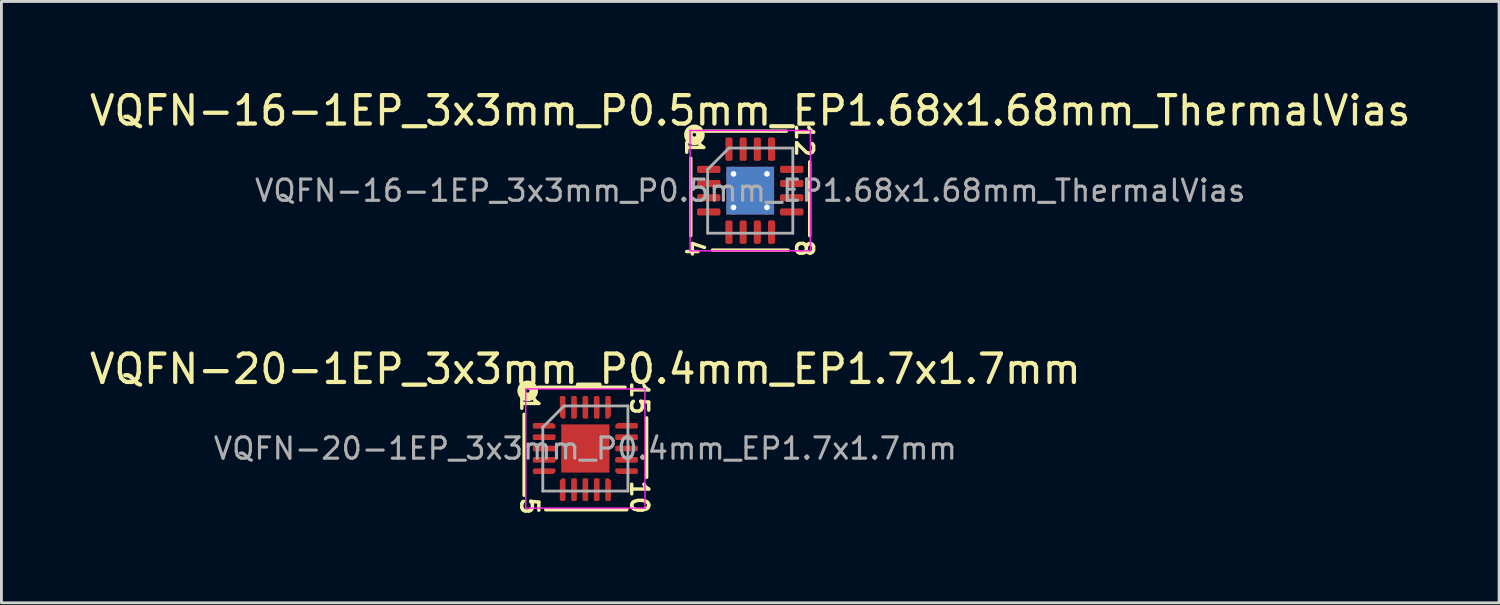
<source format=kicad_pcb>
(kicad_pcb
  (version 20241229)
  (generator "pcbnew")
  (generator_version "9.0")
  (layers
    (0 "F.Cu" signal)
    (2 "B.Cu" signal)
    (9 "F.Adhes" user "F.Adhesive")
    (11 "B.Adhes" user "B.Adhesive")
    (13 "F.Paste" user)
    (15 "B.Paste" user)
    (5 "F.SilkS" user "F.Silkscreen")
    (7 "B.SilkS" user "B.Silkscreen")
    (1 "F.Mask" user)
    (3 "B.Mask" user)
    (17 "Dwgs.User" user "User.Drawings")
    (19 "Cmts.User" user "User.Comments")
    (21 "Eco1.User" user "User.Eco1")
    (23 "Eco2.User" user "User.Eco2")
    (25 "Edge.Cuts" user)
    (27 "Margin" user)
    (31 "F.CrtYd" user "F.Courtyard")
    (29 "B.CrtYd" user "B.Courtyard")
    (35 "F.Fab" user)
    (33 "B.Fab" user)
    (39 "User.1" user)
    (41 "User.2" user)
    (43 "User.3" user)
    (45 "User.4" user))
  (footprint "VQFN-20-1EP_3x3mm_P0.4mm_EP1.7x1.7mm"
    (layer "F.Cu")
    (at 17.577 12.754)
    (property "Reference" "VQFN-20-1EP_3x3mm_P0.4mm_EP1.7x1.7mm" (at 0 -2.8 0) (layer "F.SilkS") (effects (font (size 1 1) (thickness 0.15))))
    (attr smd)
    (fp_line (start -2.159 -1.206) (end -2.159 1.651) (stroke (width 0.12) (type solid)) (layer "F.SilkS"))
    (fp_line (start -1.397 2.159) (end 1.46 2.159) (stroke (width 0.12) (type solid)) (layer "F.SilkS"))
    (fp_line (start 1.397 -2.159) (end -1.651 -2.159) (stroke (width 0.12) (type solid)) (layer "F.SilkS"))
    (fp_line (start 2.159 1.016) (end 2.159 -1.079) (stroke (width 0.12) (type solid)) (layer "F.SilkS"))
    (fp_circle (center -2.032 -2.032) (end -1.968 -2.032) (stroke (width 0.3) (type solid)) (fill no) (layer "F.SilkS"))
    (fp_line (start -2.1 -2.1) (end -2.1 2.1) (stroke (width 0.05) (type solid)) (layer "F.CrtYd"))
    (fp_line (start -2.1 2.1) (end 2.1 2.1) (stroke (width 0.05) (type solid)) (layer "F.CrtYd"))
    (fp_line (start 2.1 -2.1) (end -2.1 -2.1) (stroke (width 0.05) (type solid)) (layer "F.CrtYd"))
    (fp_line (start 2.1 2.1) (end 2.1 -2.1) (stroke (width 0.05) (type solid)) (layer "F.CrtYd"))
    (fp_line (start -1.5 -0.75) (end -0.75 -1.5) (stroke (width 0.1) (type solid)) (layer "F.Fab"))
    (fp_line (start -1.5 1.5) (end -1.5 -0.75) (stroke (width 0.1) (type solid)) (layer "F.Fab"))
    (fp_line (start -0.75 -1.5) (end 1.5 -1.5) (stroke (width 0.1) (type solid)) (layer "F.Fab"))
    (fp_line (start 1.5 -1.5) (end 1.5 1.5) (stroke (width 0.1) (type solid)) (layer "F.Fab"))
    (fp_line (start 1.5 1.5) (end -1.5 1.5) (stroke (width 0.1) (type solid)) (layer "F.Fab"))
    (fp_text user "1" (at -1.968 -1.587 270) (unlocked yes) (layer "F.SilkS") (effects (font (size 0.6 0.6) (thickness 0.12))))
    (fp_text user "5" (at -1.968 2.032 270) (unlocked yes) (layer "F.SilkS") (effects (font (size 0.6 0.6) (thickness 0.12))))
    (fp_text user "15" (at 1.905 -1.778 270) (unlocked yes) (layer "F.SilkS") (effects (font (size 0.6 0.6) (thickness 0.12))))
    (fp_text user "10" (at 1.905 1.714 270) (unlocked yes) (layer "F.SilkS") (effects (font (size 0.6 0.6) (thickness 0.12))))
    (fp_text user "${REFERENCE}" (at 0 0 0) (layer "F.Fab") (effects (font (size 0.75 0.75) (thickness 0.11))))
    (pad "" smd roundrect (at -0.425 -0.425) (size 0.69 0.69) (layers "F.Paste") (roundrect_rratio 0.25))
    (pad "" smd roundrect (at -0.425 0.425) (size 0.69 0.69) (layers "F.Paste") (roundrect_rratio 0.25))
    (pad "" smd roundrect (at 0.425 -0.425) (size 0.69 0.69) (layers "F.Paste") (roundrect_rratio 0.25))
    (pad "" smd roundrect (at 0.425 0.425) (size 0.69 0.69) (layers "F.Paste") (roundrect_rratio 0.25))
    (pad "1" smd custom (at -1.45 -0.8) (size 0.143 0.143) (layers "F.Cu" "F.Mask" "F.Paste") (options (anchor circle)) (primitives (gr_poly (pts (xy 0.35 0.001) (xy 0.35 0.05) (xy -0.35 0.05) (xy -0.35 -0.05) (xy 0.299 -0.05)) (width 0.1) (fill yes))))
    (pad "2" smd roundrect (at -1.45 -0.4) (size 0.8 0.2) (layers "F.Cu" "F.Mask" "F.Paste") (roundrect_rratio 0.25))
    (pad "3" smd roundrect (at -1.45 0) (size 0.8 0.2) (layers "F.Cu" "F.Mask" "F.Paste") (roundrect_rratio 0.25))
    (pad "4" smd roundrect (at -1.45 0.4) (size 0.8 0.2) (layers "F.Cu" "F.Mask" "F.Paste") (roundrect_rratio 0.25))
    (pad "5" smd custom (at -1.45 0.8) (size 0.143 0.143) (layers "F.Cu" "F.Mask" "F.Paste") (options (anchor circle)) (primitives (gr_poly (pts (xy 0.35 -0.001) (xy 0.299 0.05) (xy -0.35 0.05) (xy -0.35 -0.05) (xy 0.35 -0.05)) (width 0.1) (fill yes))))
    (pad "6" smd custom (at -0.8 1.45) (size 0.143 0.143) (layers "F.Cu" "F.Mask" "F.Paste") (options (anchor circle)) (primitives (gr_poly (pts (xy 0.05 0.35) (xy -0.05 0.35) (xy -0.05 -0.299) (xy 0.001 -0.35) (xy 0.05 -0.35)) (width 0.1) (fill yes))))
    (pad "7" smd roundrect (at -0.4 1.45) (size 0.2 0.8) (layers "F.Cu" "F.Mask" "F.Paste") (roundrect_rratio 0.25))
    (pad "8" smd roundrect (at 0 1.45) (size 0.2 0.8) (layers "F.Cu" "F.Mask" "F.Paste") (roundrect_rratio 0.25))
    (pad "9" smd roundrect (at 0.4 1.45) (size 0.2 0.8) (layers "F.Cu" "F.Mask" "F.Paste") (roundrect_rratio 0.25))
    (pad "10" smd custom (at 0.8 1.45) (size 0.143 0.143) (layers "F.Cu" "F.Mask" "F.Paste") (options (anchor circle)) (primitives (gr_poly (pts (xy 0.05 -0.299) (xy 0.05 0.35) (xy -0.05 0.35) (xy -0.05 -0.35) (xy -0.001 -0.35)) (width 0.1) (fill yes))))
    (pad "11" smd custom (at 1.45 0.8) (size 0.143 0.143) (layers "F.Cu" "F.Mask" "F.Paste") (options (anchor circle)) (primitives (gr_poly (pts (xy 0.35 0.05) (xy -0.299 0.05) (xy -0.35 -0.001) (xy -0.35 -0.05) (xy 0.35 -0.05)) (width 0.1) (fill yes))))
    (pad "12" smd roundrect (at 1.45 0.4) (size 0.8 0.2) (layers "F.Cu" "F.Mask" "F.Paste") (roundrect_rratio 0.25))
    (pad "13" smd roundrect (at 1.45 0) (size 0.8 0.2) (layers "F.Cu" "F.Mask" "F.Paste") (roundrect_rratio 0.25))
    (pad "14" smd roundrect (at 1.45 -0.4) (size 0.8 0.2) (layers "F.Cu" "F.Mask" "F.Paste") (roundrect_rratio 0.25))
    (pad "15" smd custom (at 1.45 -0.8) (size 0.143 0.143) (layers "F.Cu" "F.Mask" "F.Paste") (options (anchor circle)) (primitives (gr_poly (pts (xy 0.35 0.05) (xy -0.35 0.05) (xy -0.35 0.001) (xy -0.299 -0.05) (xy 0.35 -0.05)) (width 0.1) (fill yes))))
    (pad "16" smd custom (at 0.8 -1.45) (size 0.143 0.143) (layers "F.Cu" "F.Mask" "F.Paste") (options (anchor circle)) (primitives (gr_poly (pts (xy 0.05 0.299) (xy -0.001 0.35) (xy -0.05 0.35) (xy -0.05 -0.35) (xy 0.05 -0.35)) (width 0.1) (fill yes))))
    (pad "17" smd roundrect (at 0.4 -1.45) (size 0.2 0.8) (layers "F.Cu" "F.Mask" "F.Paste") (roundrect_rratio 0.25))
    (pad "18" smd roundrect (at 0 -1.45) (size 0.2 0.8) (layers "F.Cu" "F.Mask" "F.Paste") (roundrect_rratio 0.25))
    (pad "19" smd roundrect (at -0.4 -1.45) (size 0.2 0.8) (layers "F.Cu" "F.Mask" "F.Paste") (roundrect_rratio 0.25))
    (pad "20" smd custom (at -0.8 -1.45) (size 0.143 0.143) (layers "F.Cu" "F.Mask" "F.Paste") (options (anchor circle)) (primitives (gr_poly (pts (xy 0.05 0.35) (xy 0.001 0.35) (xy -0.05 0.299) (xy -0.05 -0.35) (xy 0.05 -0.35)) (width 0.1) (fill yes))))
    (pad "21" smd rect (at 0 0) (size 1.7 1.7) (layers "F.Cu" "F.Mask")))
  (footprint "VQFN-16-1EP_3x3mm_P0.5mm_EP1.68x1.68mm_ThermalVias"
    (layer "F.Cu")
    (at 23.387 3.668)
    (property "Reference" "VQFN-16-1EP_3x3mm_P0.5mm_EP1.68x1.68mm_ThermalVias" (at 0 -2.82 0) (layer "F.SilkS") (effects (font (size 1 1) (thickness 0.15))))
    (attr smd)
    (fp_line (start -2.095 1.587) (end -2.095 -1.143) (stroke (width 0.12) (type solid)) (layer "F.SilkS"))
    (fp_line (start -1.587 -2.095) (end 1.27 -2.095) (stroke (width 0.12) (type solid)) (layer "F.SilkS"))
    (fp_line (start 1.333 2.095) (end -1.333 2.095) (stroke (width 0.12) (type solid)) (layer "F.SilkS"))
    (fp_line (start 2.095 -1.016) (end 2.095 1.587) (stroke (width 0.12) (type solid)) (layer "F.SilkS"))
    (fp_circle (center -1.968 -1.968) (end -1.905 -1.968) (stroke (width 0.3) (type solid)) (fill no) (layer "F.SilkS"))
    (fp_line (start -2.12 -2.12) (end -2.12 2.12) (stroke (width 0.05) (type solid)) (layer "F.CrtYd"))
    (fp_line (start -2.12 2.12) (end 2.12 2.12) (stroke (width 0.05) (type solid)) (layer "F.CrtYd"))
    (fp_line (start 2.12 -2.12) (end -2.12 -2.12) (stroke (width 0.05) (type solid)) (layer "F.CrtYd"))
    (fp_line (start 2.12 2.12) (end 2.12 -2.12) (stroke (width 0.05) (type solid)) (layer "F.CrtYd"))
    (fp_line (start -1.5 -0.75) (end -0.75 -1.5) (stroke (width 0.1) (type solid)) (layer "F.Fab"))
    (fp_line (start -1.5 1.5) (end -1.5 -0.75) (stroke (width 0.1) (type solid)) (layer "F.Fab"))
    (fp_line (start -0.75 -1.5) (end 1.5 -1.5) (stroke (width 0.1) (type solid)) (layer "F.Fab"))
    (fp_line (start 1.5 -1.5) (end 1.5 1.5) (stroke (width 0.1) (type solid)) (layer "F.Fab"))
    (fp_line (start 1.5 1.5) (end -1.5 1.5) (stroke (width 0.1) (type solid)) (layer "F.Fab"))
    (fp_text user "1" (at -1.968 -1.524 270) (unlocked yes) (layer "F.SilkS") (effects (font (size 0.6 0.6) (thickness 0.12))))
    (fp_text user "12" (at 1.905 -1.778 270) (unlocked yes) (layer "F.SilkS") (effects (font (size 0.6 0.6) (thickness 0.12))))
    (fp_text user "8" (at 1.905 2.032 270) (unlocked yes) (layer "F.SilkS") (effects (font (size 0.6 0.6) (thickness 0.12))))
    (fp_text user "4" (at -1.968 2.032 270) (unlocked yes) (layer "F.SilkS") (effects (font (size 0.6 0.6) (thickness 0.12))))
    (fp_text user "${REFERENCE}" (at 0 0 0) (layer "F.Fab") (effects (font (size 0.75 0.75) (thickness 0.11))))
    (pad "" smd roundrect (at -0.42 -0.42) (size 0.73 0.73) (layers "F.Paste") (roundrect_rratio 0.25))
    (pad "" smd roundrect (at -0.42 0.42) (size 0.73 0.73) (layers "F.Paste") (roundrect_rratio 0.25))
    (pad "" smd roundrect (at 0.42 -0.42) (size 0.73 0.73) (layers "F.Paste") (roundrect_rratio 0.25))
    (pad "" smd roundrect (at 0.42 0.42) (size 0.73 0.73) (layers "F.Paste") (roundrect_rratio 0.25))
    (pad "1" smd roundrect (at -1.462 -0.75) (size 0.825 0.25) (layers "F.Cu" "F.Mask" "F.Paste") (roundrect_rratio 0.25))
    (pad "2" smd roundrect (at -1.462 -0.25) (size 0.825 0.25) (layers "F.Cu" "F.Mask" "F.Paste") (roundrect_rratio 0.25))
    (pad "3" smd roundrect (at -1.462 0.25) (size 0.825 0.25) (layers "F.Cu" "F.Mask" "F.Paste") (roundrect_rratio 0.25))
    (pad "4" smd roundrect (at -1.462 0.75) (size 0.825 0.25) (layers "F.Cu" "F.Mask" "F.Paste") (roundrect_rratio 0.25))
    (pad "5" smd roundrect (at -0.75 1.462) (size 0.25 0.825) (layers "F.Cu" "F.Mask" "F.Paste") (roundrect_rratio 0.25))
    (pad "6" smd roundrect (at -0.25 1.462) (size 0.25 0.825) (layers "F.Cu" "F.Mask" "F.Paste") (roundrect_rratio 0.25))
    (pad "7" smd roundrect (at 0.25 1.462) (size 0.25 0.825) (layers "F.Cu" "F.Mask" "F.Paste") (roundrect_rratio 0.25))
    (pad "8" smd roundrect (at 0.75 1.462) (size 0.25 0.825) (layers "F.Cu" "F.Mask" "F.Paste") (roundrect_rratio 0.25))
    (pad "9" smd roundrect (at 1.462 0.75) (size 0.825 0.25) (layers "F.Cu" "F.Mask" "F.Paste") (roundrect_rratio 0.25))
    (pad "10" smd roundrect (at 1.462 0.25) (size 0.825 0.25) (layers "F.Cu" "F.Mask" "F.Paste") (roundrect_rratio 0.25))
    (pad "11" smd roundrect (at 1.462 -0.25) (size 0.825 0.25) (layers "F.Cu" "F.Mask" "F.Paste") (roundrect_rratio 0.25))
    (pad "12" smd roundrect (at 1.462 -0.75) (size 0.825 0.25) (layers "F.Cu" "F.Mask" "F.Paste") (roundrect_rratio 0.25))
    (pad "13" smd roundrect (at 0.75 -1.462) (size 0.25 0.825) (layers "F.Cu" "F.Mask" "F.Paste") (roundrect_rratio 0.25))
    (pad "14" smd roundrect (at 0.25 -1.462) (size 0.25 0.825) (layers "F.Cu" "F.Mask" "F.Paste") (roundrect_rratio 0.25))
    (pad "15" smd roundrect (at -0.25 -1.462) (size 0.25 0.825) (layers "F.Cu" "F.Mask" "F.Paste") (roundrect_rratio 0.25))
    (pad "16" smd roundrect (at -0.75 -1.462) (size 0.25 0.825) (layers "F.Cu" "F.Mask" "F.Paste") (roundrect_rratio 0.25))
    (pad "17" thru_hole circle (at -0.59 -0.59) (size 0.5 0.5) (drill 0.2) (layers "*.Cu"))
    (pad "17" thru_hole circle (at -0.59 0.59) (size 0.5 0.5) (drill 0.2) (layers "*.Cu"))
    (pad "17" smd rect (at 0 0) (size 1.68 1.68) (layers "F.Cu" "F.Mask"))
    (pad "17" smd rect (at 0 0) (size 1.68 1.68) (layers "B.Cu" "B.Mask"))
    (pad "17" thru_hole circle (at 0.59 -0.59) (size 0.5 0.5) (drill 0.2) (layers "*.Cu"))
    (pad "17" thru_hole circle (at 0.59 0.59) (size 0.5 0.5) (drill 0.2) (layers "*.Cu")))
  (gr_rect
    (start -3 -3)
    (end 49.774 18.192)
    (stroke (width 0.1) (type default))
    (fill no)
    (layer "Edge.Cuts")))
</source>
